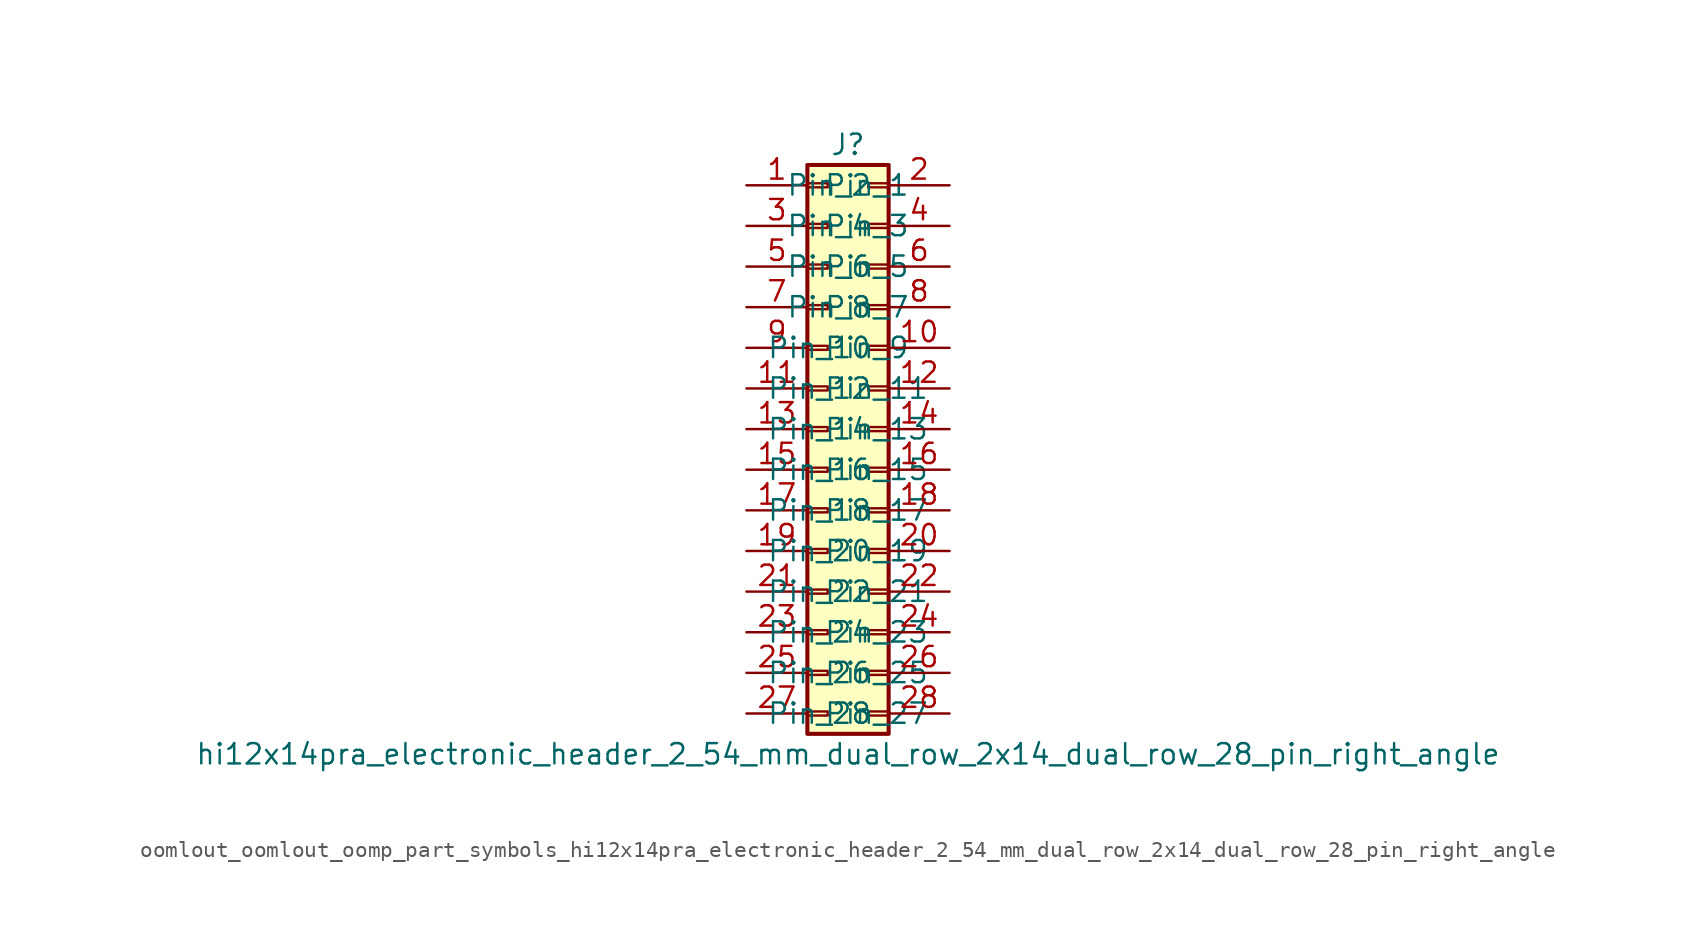
<source format=kicad_sym>
(kicad_symbol_lib
  (version 20220914)
  (generator kicad_symbol_editor)
  (symbol "oomlout_oomlout_oomp_part_symbols_hi12x14pra_electronic_header_2_54_mm_dual_row_2x14_dual_row_28_pin_right_angle"
    (pin_names
      (offset 1.016))
    (property "Reference" "J"
      (at 1.27 17.78 0)
      (effects (font (size 1.27 1.27))))
    (property "Value" "hi12x14pra_electronic_header_2_54_mm_dual_row_2x14_dual_row_28_pin_right_angle"
      (at 1.27 -20.32 0)
      (effects (font (size 1.27 1.27))))
    (symbol "oomlout_oomlout_oomp_part_symbols_hi12x14pra_electronic_header_2_54_mm_dual_row_2x14_dual_row_28_pin_right_angle_1_1"
      (rectangle (start -1.27 -17.653) (end 0 -17.907) (stroke (width 0.152) (type default)) (fill (type none)))
      (rectangle (start -1.27 -15.113) (end 0 -15.367) (stroke (width 0.152) (type default)) (fill (type none)))
      (rectangle (start -1.27 -12.573) (end 0 -12.827) (stroke (width 0.152) (type default)) (fill (type none)))
      (rectangle (start -1.27 -10.033) (end 0 -10.287) (stroke (width 0.152) (type default)) (fill (type none)))
      (rectangle (start -1.27 -7.493) (end 0 -7.747) (stroke (width 0.152) (type default)) (fill (type none)))
      (rectangle (start -1.27 -4.953) (end 0 -5.207) (stroke (width 0.152) (type default)) (fill (type none)))
      (rectangle (start -1.27 -2.413) (end 0 -2.667) (stroke (width 0.152) (type default)) (fill (type none)))
      (rectangle (start -1.27 0.127) (end 0 -0.127) (stroke (width 0.152) (type default)) (fill (type none)))
      (rectangle (start -1.27 2.667) (end 0 2.413) (stroke (width 0.152) (type default)) (fill (type none)))
      (rectangle (start -1.27 5.207) (end 0 4.953) (stroke (width 0.152) (type default)) (fill (type none)))
      (rectangle (start -1.27 7.747) (end 0 7.493) (stroke (width 0.152) (type default)) (fill (type none)))
      (rectangle (start -1.27 10.287) (end 0 10.033) (stroke (width 0.152) (type default)) (fill (type none)))
      (rectangle (start -1.27 12.827) (end 0 12.573) (stroke (width 0.152) (type default)) (fill (type none)))
      (rectangle (start -1.27 15.367) (end 0 15.113) (stroke (width 0.152) (type default)) (fill (type none)))
      (rectangle (start -1.27 16.51) (end 3.81 -19.05) (stroke (width 0.254) (type default)) (fill (type background)))
      (rectangle (start 3.81 -17.653) (end 2.54 -17.907) (stroke (width 0.152) (type default)) (fill (type none)))
      (rectangle (start 3.81 -15.113) (end 2.54 -15.367) (stroke (width 0.152) (type default)) (fill (type none)))
      (rectangle (start 3.81 -12.573) (end 2.54 -12.827) (stroke (width 0.152) (type default)) (fill (type none)))
      (rectangle (start 3.81 -10.033) (end 2.54 -10.287) (stroke (width 0.152) (type default)) (fill (type none)))
      (rectangle (start 3.81 -7.493) (end 2.54 -7.747) (stroke (width 0.152) (type default)) (fill (type none)))
      (rectangle (start 3.81 -4.953) (end 2.54 -5.207) (stroke (width 0.152) (type default)) (fill (type none)))
      (rectangle (start 3.81 -2.413) (end 2.54 -2.667) (stroke (width 0.152) (type default)) (fill (type none)))
      (rectangle (start 3.81 0.127) (end 2.54 -0.127) (stroke (width 0.152) (type default)) (fill (type none)))
      (rectangle (start 3.81 2.667) (end 2.54 2.413) (stroke (width 0.152) (type default)) (fill (type none)))
      (rectangle (start 3.81 5.207) (end 2.54 4.953) (stroke (width 0.152) (type default)) (fill (type none)))
      (rectangle (start 3.81 7.747) (end 2.54 7.493) (stroke (width 0.152) (type default)) (fill (type none)))
      (rectangle (start 3.81 10.287) (end 2.54 10.033) (stroke (width 0.152) (type default)) (fill (type none)))
      (rectangle (start 3.81 12.827) (end 2.54 12.573) (stroke (width 0.152) (type default)) (fill (type none)))
      (rectangle (start 3.81 15.367) (end 2.54 15.113) (stroke (width 0.152) (type default)) (fill (type none)))
      (pin passive line (at -5.08 15.24 0) (length 3.81) (name "Pin_1" (effects (font (size 1.27 1.27)))) (number "1" (effects (font (size 1.27 1.27)))))
      (pin passive line (at 7.62 5.08 180) (length 3.81) (name "Pin_10" (effects (font (size 1.27 1.27)))) (number "10" (effects (font (size 1.27 1.27)))))
      (pin passive line (at -5.08 2.54 0) (length 3.81) (name "Pin_11" (effects (font (size 1.27 1.27)))) (number "11" (effects (font (size 1.27 1.27)))))
      (pin passive line (at 7.62 2.54 180) (length 3.81) (name "Pin_12" (effects (font (size 1.27 1.27)))) (number "12" (effects (font (size 1.27 1.27)))))
      (pin passive line (at -5.08 0 0) (length 3.81) (name "Pin_13" (effects (font (size 1.27 1.27)))) (number "13" (effects (font (size 1.27 1.27)))))
      (pin passive line (at 7.62 0 180) (length 3.81) (name "Pin_14" (effects (font (size 1.27 1.27)))) (number "14" (effects (font (size 1.27 1.27)))))
      (pin passive line (at -5.08 -2.54 0) (length 3.81) (name "Pin_15" (effects (font (size 1.27 1.27)))) (number "15" (effects (font (size 1.27 1.27)))))
      (pin passive line (at 7.62 -2.54 180) (length 3.81) (name "Pin_16" (effects (font (size 1.27 1.27)))) (number "16" (effects (font (size 1.27 1.27)))))
      (pin passive line (at -5.08 -5.08 0) (length 3.81) (name "Pin_17" (effects (font (size 1.27 1.27)))) (number "17" (effects (font (size 1.27 1.27)))))
      (pin passive line (at 7.62 -5.08 180) (length 3.81) (name "Pin_18" (effects (font (size 1.27 1.27)))) (number "18" (effects (font (size 1.27 1.27)))))
      (pin passive line (at -5.08 -7.62 0) (length 3.81) (name "Pin_19" (effects (font (size 1.27 1.27)))) (number "19" (effects (font (size 1.27 1.27)))))
      (pin passive line (at 7.62 15.24 180) (length 3.81) (name "Pin_2" (effects (font (size 1.27 1.27)))) (number "2" (effects (font (size 1.27 1.27)))))
      (pin passive line (at 7.62 -7.62 180) (length 3.81) (name "Pin_20" (effects (font (size 1.27 1.27)))) (number "20" (effects (font (size 1.27 1.27)))))
      (pin passive line (at -5.08 -10.16 0) (length 3.81) (name "Pin_21" (effects (font (size 1.27 1.27)))) (number "21" (effects (font (size 1.27 1.27)))))
      (pin passive line (at 7.62 -10.16 180) (length 3.81) (name "Pin_22" (effects (font (size 1.27 1.27)))) (number "22" (effects (font (size 1.27 1.27)))))
      (pin passive line (at -5.08 -12.7 0) (length 3.81) (name "Pin_23" (effects (font (size 1.27 1.27)))) (number "23" (effects (font (size 1.27 1.27)))))
      (pin passive line (at 7.62 -12.7 180) (length 3.81) (name "Pin_24" (effects (font (size 1.27 1.27)))) (number "24" (effects (font (size 1.27 1.27)))))
      (pin passive line (at -5.08 -15.24 0) (length 3.81) (name "Pin_25" (effects (font (size 1.27 1.27)))) (number "25" (effects (font (size 1.27 1.27)))))
      (pin passive line (at 7.62 -15.24 180) (length 3.81) (name "Pin_26" (effects (font (size 1.27 1.27)))) (number "26" (effects (font (size 1.27 1.27)))))
      (pin passive line (at -5.08 -17.78 0) (length 3.81) (name "Pin_27" (effects (font (size 1.27 1.27)))) (number "27" (effects (font (size 1.27 1.27)))))
      (pin passive line (at 7.62 -17.78 180) (length 3.81) (name "Pin_28" (effects (font (size 1.27 1.27)))) (number "28" (effects (font (size 1.27 1.27)))))
      (pin passive line (at -5.08 12.7 0) (length 3.81) (name "Pin_3" (effects (font (size 1.27 1.27)))) (number "3" (effects (font (size 1.27 1.27)))))
      (pin passive line (at 7.62 12.7 180) (length 3.81) (name "Pin_4" (effects (font (size 1.27 1.27)))) (number "4" (effects (font (size 1.27 1.27)))))
      (pin passive line (at -5.08 10.16 0) (length 3.81) (name "Pin_5" (effects (font (size 1.27 1.27)))) (number "5" (effects (font (size 1.27 1.27)))))
      (pin passive line (at 7.62 10.16 180) (length 3.81) (name "Pin_6" (effects (font (size 1.27 1.27)))) (number "6" (effects (font (size 1.27 1.27)))))
      (pin passive line (at -5.08 7.62 0) (length 3.81) (name "Pin_7" (effects (font (size 1.27 1.27)))) (number "7" (effects (font (size 1.27 1.27)))))
      (pin passive line (at 7.62 7.62 180) (length 3.81) (name "Pin_8" (effects (font (size 1.27 1.27)))) (number "8" (effects (font (size 1.27 1.27)))))
      (pin passive line (at -5.08 5.08 0) (length 3.81) (name "Pin_9" (effects (font (size 1.27 1.27)))) (number "9" (effects (font (size 1.27 1.27))))))))
</source>
